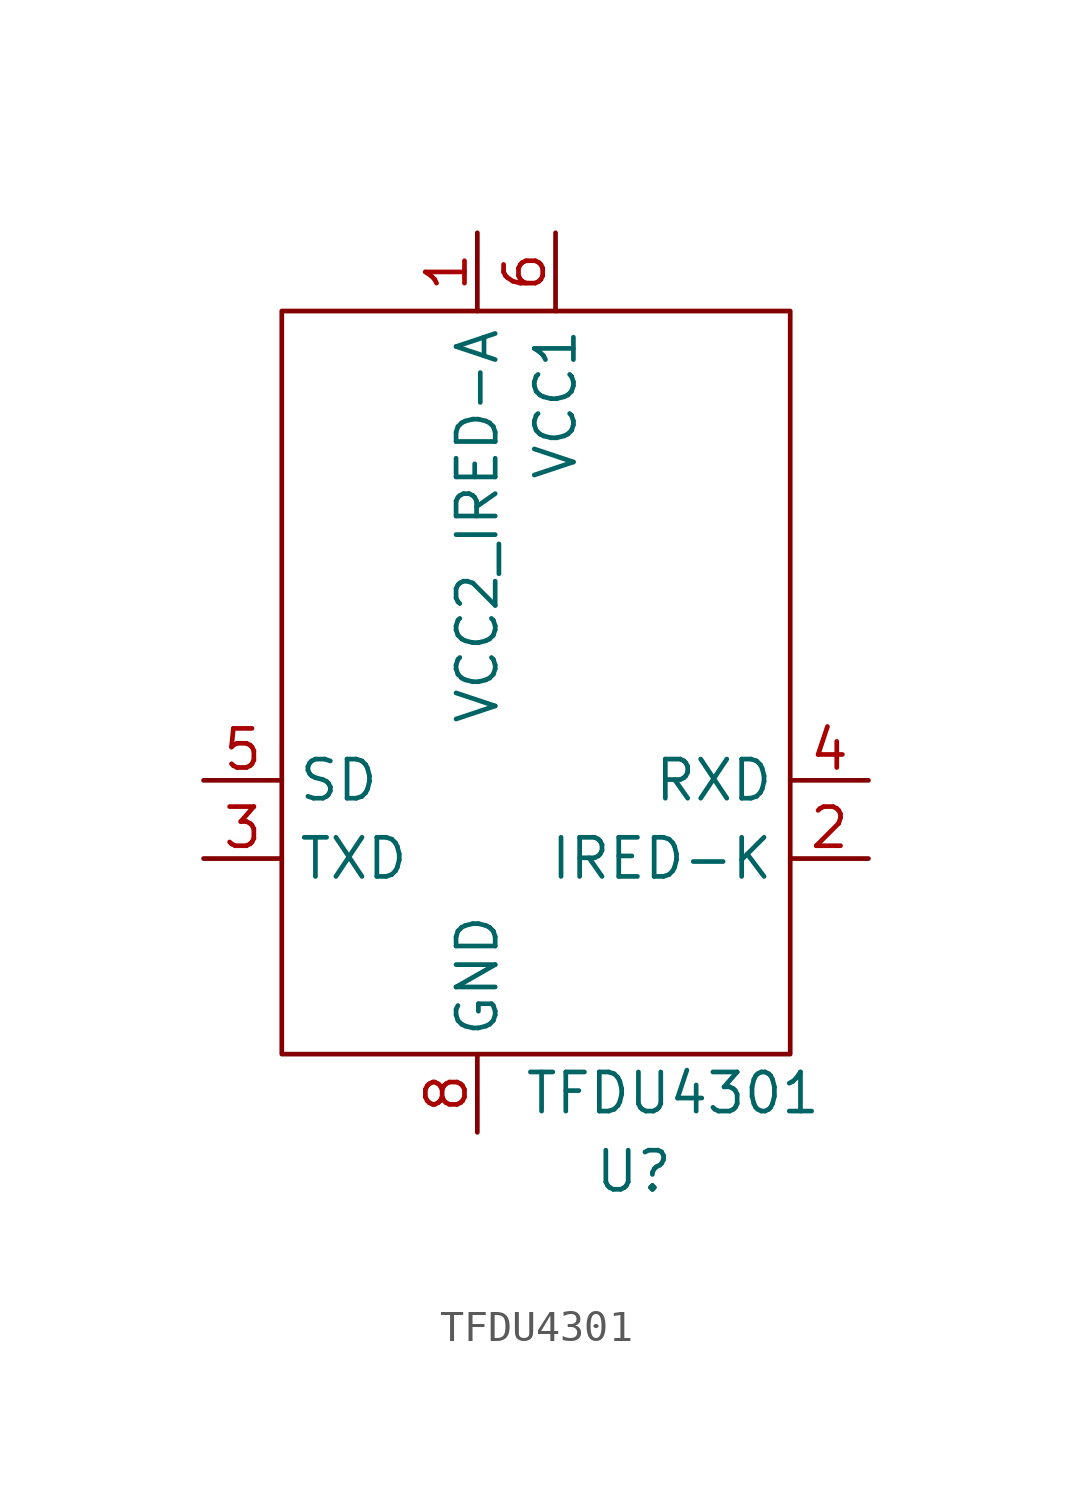
<source format=kicad_sym>
(kicad_symbol_lib
  (version 20220914)
  (generator kicad_symbol_editor)
  (symbol "TFDU4301"
    (property "Reference" "U"
      (at 0 0 0)
      (effects (font (size 1.27 1.27))))
    (property "Value" "TFDU4301"
      (at 1.27 2.54 0)
      (effects (font (size 1.27 1.27))))
    (symbol "TFDU4301_0_0"
      (pin power_in line (at -5.08 30.48 270) (length 2.54) (name "VCC2_IRED-A" (effects (font (size 1.27 1.27)))) (number "1" (effects (font (size 1.27 1.27)))))
      (pin input line (at 7.62 10.16 180) (length 2.54) (name "IRED-K" (effects (font (size 1.27 1.27)))) (number "2" (effects (font (size 1.27 1.27)))))
      (pin input line (at -13.97 10.16 0) (length 2.54) (name "TXD" (effects (font (size 1.27 1.27)))) (number "3" (effects (font (size 1.27 1.27)))))
      (pin output line (at 7.62 12.7 180) (length 2.54) (name "RXD" (effects (font (size 1.27 1.27)))) (number "4" (effects (font (size 1.27 1.27)))))
      (pin input line (at -13.97 12.7 0) (length 2.54) (name "SD" (effects (font (size 1.27 1.27)))) (number "5" (effects (font (size 1.27 1.27)))))
      (pin power_in line (at -2.54 30.48 270) (length 2.54) (name "VCC1" (effects (font (size 1.27 1.27)))) (number "6" (effects (font (size 1.27 1.27)))))
      (pin power_in line (at -5.08 1.27 90) (length 2.54) (name "GND" (effects (font (size 1.27 1.27)))) (number "8" (effects (font (size 1.27 1.27))))))
    (symbol "TFDU4301_0_1"
      (rectangle (start -11.43 27.94) (end 5.08 3.81) (stroke (width 0) (type default)) (fill (type none))))))
</source>
